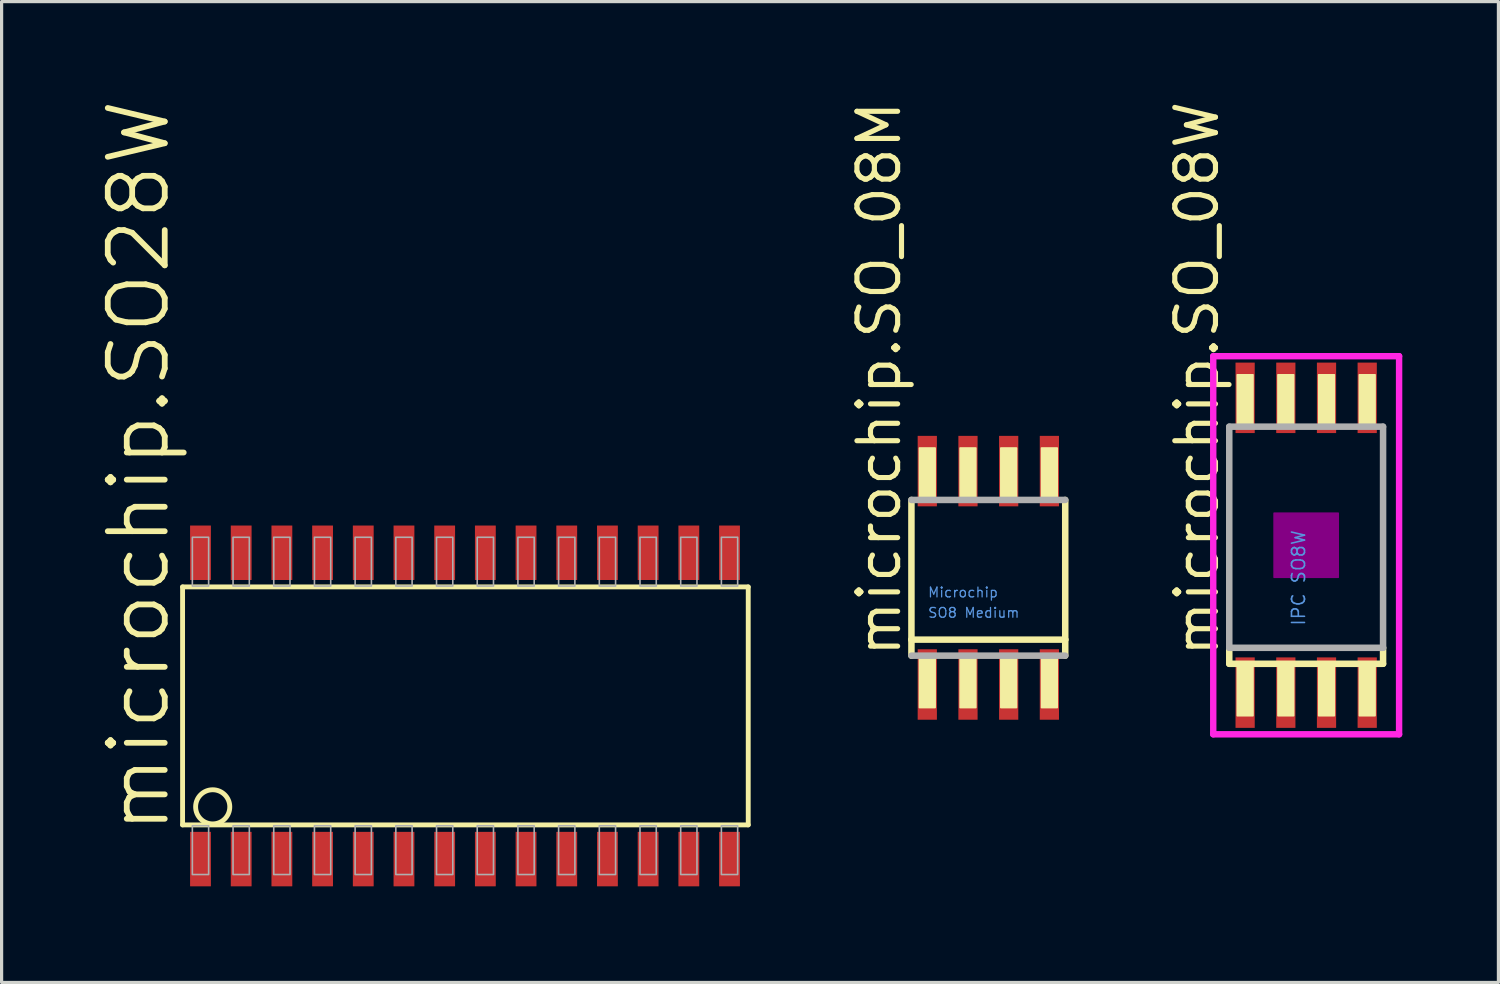
<source format=kicad_pcb>
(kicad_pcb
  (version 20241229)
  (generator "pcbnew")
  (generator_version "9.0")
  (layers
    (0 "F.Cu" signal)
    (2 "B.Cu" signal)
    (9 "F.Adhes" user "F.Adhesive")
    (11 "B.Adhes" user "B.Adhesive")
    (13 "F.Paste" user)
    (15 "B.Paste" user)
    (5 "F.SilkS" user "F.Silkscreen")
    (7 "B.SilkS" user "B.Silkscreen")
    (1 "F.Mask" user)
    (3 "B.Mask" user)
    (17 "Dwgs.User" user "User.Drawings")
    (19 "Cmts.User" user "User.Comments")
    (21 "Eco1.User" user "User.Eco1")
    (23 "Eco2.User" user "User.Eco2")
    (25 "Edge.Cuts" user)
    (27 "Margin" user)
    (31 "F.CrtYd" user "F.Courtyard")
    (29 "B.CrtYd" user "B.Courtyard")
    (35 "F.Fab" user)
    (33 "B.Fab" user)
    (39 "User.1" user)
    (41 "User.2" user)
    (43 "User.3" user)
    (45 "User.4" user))
  (footprint "microchip.SO_08W"
    (layer "F.Cu")
    (at 37.713 13.966)
    (property "Reference" "microchip.SO_08W" (at -2.667 3.556 90) (layer "F.SilkS") (effects (font (size 1.27 1.27) (thickness 0.16)) (justify left bottom)))
    (attr smd)
    (fp_line (start -2.4 3.7) (end -2.4 3.2) (stroke (width 0.203) (type default)) (layer "F.SilkS"))
    (fp_line (start 2.4 3.2) (end 2.4 3.7) (stroke (width 0.203) (type default)) (layer "F.SilkS"))
    (fp_line (start 2.4 3.7) (end -2.4 3.7) (stroke (width 0.203) (type default)) (layer "F.SilkS"))
    (fp_rect (start -2.15 -3.8) (end -1.66 -5.32) (stroke (width 0.05) (type default)) (fill yes) (layer "F.SilkS"))
    (fp_rect (start -2.15 5.32) (end -1.66 3.8) (stroke (width 0.05) (type default)) (fill yes) (layer "F.SilkS"))
    (fp_rect (start -0.88 -3.8) (end -0.39 -5.32) (stroke (width 0.05) (type default)) (fill yes) (layer "F.SilkS"))
    (fp_rect (start -0.88 5.32) (end -0.39 3.8) (stroke (width 0.05) (type default)) (fill yes) (layer "F.SilkS"))
    (fp_rect (start 0.39 -3.8) (end 0.88 -5.32) (stroke (width 0.05) (type default)) (fill yes) (layer "F.SilkS"))
    (fp_rect (start 0.39 5.32) (end 0.88 3.8) (stroke (width 0.05) (type default)) (fill yes) (layer "F.SilkS"))
    (fp_rect (start 1.66 -3.8) (end 2.15 -5.32) (stroke (width 0.05) (type default)) (fill yes) (layer "F.SilkS"))
    (fp_rect (start 1.66 5.32) (end 2.15 3.8) (stroke (width 0.05) (type default)) (fill yes) (layer "F.SilkS"))
    (fp_rect (start -1 1) (end 1 -1) (stroke (width 0.05) (type default)) (fill yes) (layer "F.Adhes"))
    (fp_line (start -2.9 -5.9) (end 2.9 -5.9) (stroke (width 0.2) (type default)) (layer "F.CrtYd"))
    (fp_line (start -2.9 5.9) (end -2.9 -5.9) (stroke (width 0.2) (type default)) (layer "F.CrtYd"))
    (fp_line (start 2.9 -5.9) (end 2.9 5.9) (stroke (width 0.2) (type default)) (layer "F.CrtYd"))
    (fp_line (start 2.9 5.9) (end -2.9 5.9) (stroke (width 0.2) (type default)) (layer "F.CrtYd"))
    (fp_line (start -2.4 -3.7) (end 2.4 -3.7) (stroke (width 0.203) (type default)) (layer "F.Fab"))
    (fp_line (start -2.4 3.2) (end -2.4 -3.7) (stroke (width 0.203) (type default)) (layer "F.Fab"))
    (fp_line (start 2.4 -3.7) (end 2.4 3.2) (stroke (width 0.203) (type default)) (layer "F.Fab"))
    (fp_line (start 2.4 3.2) (end -2.4 3.2) (stroke (width 0.203) (type default)) (layer "F.Fab"))
    (fp_text user "IPC SO8W" (at 0 2.54 90) (layer "Cmts.User") (effects (font (size 0.406 0.406) (thickness 0.05)) (justify left bottom)))
    (pad "1" smd roundrect (at -1.905 4.6) (size 0.6 2.2) (layers "F.Cu" "F.Mask" "F.Paste") (roundrect_rratio 0.01))
    (pad "2" smd roundrect (at -0.635 4.6) (size 0.6 2.2) (layers "F.Cu" "F.Mask" "F.Paste") (roundrect_rratio 0.01))
    (pad "3" smd roundrect (at 0.635 4.6) (size 0.6 2.2) (layers "F.Cu" "F.Mask" "F.Paste") (roundrect_rratio 0.01))
    (pad "4" smd roundrect (at 1.905 4.6) (size 0.6 2.2) (layers "F.Cu" "F.Mask" "F.Paste") (roundrect_rratio 0.01))
    (pad "5" smd roundrect (at 1.905 -4.6) (size 0.6 2.2) (layers "F.Cu" "F.Mask" "F.Paste") (roundrect_rratio 0.01))
    (pad "6" smd roundrect (at 0.635 -4.6) (size 0.6 2.2) (layers "F.Cu" "F.Mask" "F.Paste") (roundrect_rratio 0.01))
    (pad "7" smd roundrect (at -0.635 -4.6) (size 0.6 2.2) (layers "F.Cu" "F.Mask" "F.Paste") (roundrect_rratio 0.01))
    (pad "8" smd roundrect (at -1.905 -4.6) (size 0.6 2.2) (layers "F.Cu" "F.Mask" "F.Paste") (roundrect_rratio 0.01)))
  (footprint "microchip.SO28W"
    (layer "F.Cu")
    (at 10.827 18.98)
    (property "Reference" "microchip.SO28W" (at -8.509 4.064 90) (layer "F.SilkS") (effects (font (size 1.778 1.778) (thickness 0.18)) (justify left bottom)))
    (attr smd)
    (fp_line (start -8.179 -3.713) (end -8.179 3.713) (stroke (width 0.152) (type default)) (layer "F.SilkS"))
    (fp_line (start -8.179 3.713) (end 9.474 3.713) (stroke (width 0.152) (type default)) (layer "F.SilkS"))
    (fp_line (start 9.474 -3.713) (end -8.179 -3.713) (stroke (width 0.152) (type default)) (layer "F.SilkS"))
    (fp_line (start 9.474 3.713) (end 9.474 -3.713) (stroke (width 0.152) (type default)) (layer "F.SilkS"))
    (fp_circle (center -7.239 3.15) (end -6.706 3.15) (stroke (width 0.152) (type default)) (fill no) (layer "F.SilkS"))
    (fp_rect (start -7.874 -3.739) (end -7.366 -5.263) (stroke (width 0.05) (type default)) (fill no) (layer "F.Fab"))
    (fp_rect (start -7.874 5.263) (end -7.366 3.739) (stroke (width 0.05) (type default)) (fill no) (layer "F.Fab"))
    (fp_rect (start -6.604 -3.739) (end -6.096 -5.263) (stroke (width 0.05) (type default)) (fill no) (layer "F.Fab"))
    (fp_rect (start -6.604 5.263) (end -6.096 3.739) (stroke (width 0.05) (type default)) (fill no) (layer "F.Fab"))
    (fp_rect (start -5.334 -3.739) (end -4.826 -5.263) (stroke (width 0.05) (type default)) (fill no) (layer "F.Fab"))
    (fp_rect (start -5.334 5.263) (end -4.826 3.739) (stroke (width 0.05) (type default)) (fill no) (layer "F.Fab"))
    (fp_rect (start -4.064 -3.739) (end -3.556 -5.263) (stroke (width 0.05) (type default)) (fill no) (layer "F.Fab"))
    (fp_rect (start -4.064 5.263) (end -3.556 3.739) (stroke (width 0.05) (type default)) (fill no) (layer "F.Fab"))
    (fp_rect (start -2.794 -3.739) (end -2.286 -5.263) (stroke (width 0.05) (type default)) (fill no) (layer "F.Fab"))
    (fp_rect (start -2.794 5.263) (end -2.286 3.739) (stroke (width 0.05) (type default)) (fill no) (layer "F.Fab"))
    (fp_rect (start -1.524 -3.739) (end -1.016 -5.263) (stroke (width 0.05) (type default)) (fill no) (layer "F.Fab"))
    (fp_rect (start -1.524 5.263) (end -1.016 3.739) (stroke (width 0.05) (type default)) (fill no) (layer "F.Fab"))
    (fp_rect (start -0.254 -3.739) (end 0.254 -5.263) (stroke (width 0.05) (type default)) (fill no) (layer "F.Fab"))
    (fp_rect (start -0.254 5.263) (end 0.254 3.739) (stroke (width 0.05) (type default)) (fill no) (layer "F.Fab"))
    (fp_rect (start 1.016 -3.739) (end 1.524 -5.263) (stroke (width 0.05) (type default)) (fill no) (layer "F.Fab"))
    (fp_rect (start 1.016 5.263) (end 1.524 3.739) (stroke (width 0.05) (type default)) (fill no) (layer "F.Fab"))
    (fp_rect (start 2.286 -3.739) (end 2.794 -5.263) (stroke (width 0.05) (type default)) (fill no) (layer "F.Fab"))
    (fp_rect (start 2.286 5.263) (end 2.794 3.739) (stroke (width 0.05) (type default)) (fill no) (layer "F.Fab"))
    (fp_rect (start 3.556 -3.739) (end 4.064 -5.263) (stroke (width 0.05) (type default)) (fill no) (layer "F.Fab"))
    (fp_rect (start 3.556 5.263) (end 4.064 3.739) (stroke (width 0.05) (type default)) (fill no) (layer "F.Fab"))
    (fp_rect (start 4.826 -3.739) (end 5.334 -5.263) (stroke (width 0.05) (type default)) (fill no) (layer "F.Fab"))
    (fp_rect (start 4.826 5.263) (end 5.334 3.739) (stroke (width 0.05) (type default)) (fill no) (layer "F.Fab"))
    (fp_rect (start 6.096 -3.739) (end 6.604 -5.263) (stroke (width 0.05) (type default)) (fill no) (layer "F.Fab"))
    (fp_rect (start 6.096 5.263) (end 6.604 3.739) (stroke (width 0.05) (type default)) (fill no) (layer "F.Fab"))
    (fp_rect (start 7.366 -3.739) (end 7.874 -5.263) (stroke (width 0.05) (type default)) (fill no) (layer "F.Fab"))
    (fp_rect (start 7.366 5.263) (end 7.874 3.739) (stroke (width 0.05) (type default)) (fill no) (layer "F.Fab"))
    (fp_rect (start 8.636 -3.739) (end 9.144 -5.263) (stroke (width 0.05) (type default)) (fill no) (layer "F.Fab"))
    (fp_rect (start 8.636 5.263) (end 9.144 3.739) (stroke (width 0.05) (type default)) (fill no) (layer "F.Fab"))
    (pad "1" smd roundrect (at -7.62 4.78) (size 0.65 1.7) (layers "F.Cu" "F.Mask" "F.Paste") (roundrect_rratio 0.01))
    (pad "2" smd roundrect (at -6.35 4.78) (size 0.65 1.7) (layers "F.Cu" "F.Mask" "F.Paste") (roundrect_rratio 0.01))
    (pad "3" smd roundrect (at -5.08 4.78) (size 0.65 1.7) (layers "F.Cu" "F.Mask" "F.Paste") (roundrect_rratio 0.01))
    (pad "4" smd roundrect (at -3.81 4.78) (size 0.65 1.7) (layers "F.Cu" "F.Mask" "F.Paste") (roundrect_rratio 0.01))
    (pad "5" smd roundrect (at -2.54 4.78) (size 0.65 1.7) (layers "F.Cu" "F.Mask" "F.Paste") (roundrect_rratio 0.01))
    (pad "6" smd roundrect (at -1.27 4.78) (size 0.65 1.7) (layers "F.Cu" "F.Mask" "F.Paste") (roundrect_rratio 0.01))
    (pad "7" smd roundrect (at 0 4.78) (size 0.65 1.7) (layers "F.Cu" "F.Mask" "F.Paste") (roundrect_rratio 0.01))
    (pad "8" smd roundrect (at 1.27 4.78) (size 0.65 1.7) (layers "F.Cu" "F.Mask" "F.Paste") (roundrect_rratio 0.01))
    (pad "9" smd roundrect (at 2.54 4.78) (size 0.65 1.7) (layers "F.Cu" "F.Mask" "F.Paste") (roundrect_rratio 0.01))
    (pad "10" smd roundrect (at 3.81 4.78) (size 0.65 1.7) (layers "F.Cu" "F.Mask" "F.Paste") (roundrect_rratio 0.01))
    (pad "11" smd roundrect (at 5.08 4.78) (size 0.65 1.7) (layers "F.Cu" "F.Mask" "F.Paste") (roundrect_rratio 0.01))
    (pad "12" smd roundrect (at 6.35 4.78) (size 0.65 1.7) (layers "F.Cu" "F.Mask" "F.Paste") (roundrect_rratio 0.01))
    (pad "13" smd roundrect (at 7.62 4.78) (size 0.65 1.7) (layers "F.Cu" "F.Mask" "F.Paste") (roundrect_rratio 0.01))
    (pad "14" smd roundrect (at 8.89 4.78) (size 0.65 1.7) (layers "F.Cu" "F.Mask" "F.Paste") (roundrect_rratio 0.01))
    (pad "15" smd roundrect (at 8.89 -4.78) (size 0.65 1.7) (layers "F.Cu" "F.Mask" "F.Paste") (roundrect_rratio 0.01))
    (pad "16" smd roundrect (at 7.62 -4.78) (size 0.65 1.7) (layers "F.Cu" "F.Mask" "F.Paste") (roundrect_rratio 0.01))
    (pad "17" smd roundrect (at 6.35 -4.78) (size 0.65 1.7) (layers "F.Cu" "F.Mask" "F.Paste") (roundrect_rratio 0.01))
    (pad "18" smd roundrect (at 5.08 -4.78) (size 0.65 1.7) (layers "F.Cu" "F.Mask" "F.Paste") (roundrect_rratio 0.01))
    (pad "19" smd roundrect (at 3.81 -4.78) (size 0.65 1.7) (layers "F.Cu" "F.Mask" "F.Paste") (roundrect_rratio 0.01))
    (pad "20" smd roundrect (at 2.54 -4.78) (size 0.65 1.7) (layers "F.Cu" "F.Mask" "F.Paste") (roundrect_rratio 0.01))
    (pad "21" smd roundrect (at 1.27 -4.78) (size 0.65 1.7) (layers "F.Cu" "F.Mask" "F.Paste") (roundrect_rratio 0.01))
    (pad "22" smd roundrect (at 0 -4.78) (size 0.65 1.7) (layers "F.Cu" "F.Mask" "F.Paste") (roundrect_rratio 0.01))
    (pad "23" smd roundrect (at -1.27 -4.78) (size 0.65 1.7) (layers "F.Cu" "F.Mask" "F.Paste") (roundrect_rratio 0.01))
    (pad "24" smd roundrect (at -2.54 -4.78) (size 0.65 1.7) (layers "F.Cu" "F.Mask" "F.Paste") (roundrect_rratio 0.01))
    (pad "25" smd roundrect (at -3.81 -4.78) (size 0.65 1.7) (layers "F.Cu" "F.Mask" "F.Paste") (roundrect_rratio 0.01))
    (pad "26" smd roundrect (at -5.08 -4.78) (size 0.65 1.7) (layers "F.Cu" "F.Mask" "F.Paste") (roundrect_rratio 0.01))
    (pad "27" smd roundrect (at -6.35 -4.78) (size 0.65 1.7) (layers "F.Cu" "F.Mask" "F.Paste") (roundrect_rratio 0.01))
    (pad "28" smd roundrect (at -7.62 -4.78) (size 0.65 1.7) (layers "F.Cu" "F.Mask" "F.Paste") (roundrect_rratio 0.01)))
  (footprint "microchip.SO_08M"
    (layer "F.Cu")
    (at 27.794 14.982)
    (property "Reference" "microchip.SO_08M" (at -2.667 2.54 90) (layer "F.SilkS") (effects (font (size 1.27 1.27) (thickness 0.16)) (justify left bottom)))
    (attr smd)
    (fp_line (start -2.4 1.93) (end -2.4 -2.43) (stroke (width 0.203) (type default)) (layer "F.SilkS"))
    (fp_line (start -2.4 2.43) (end -2.4 1.93) (stroke (width 0.203) (type default)) (layer "F.SilkS"))
    (fp_line (start 2.4 -2.43) (end 2.4 1.93) (stroke (width 0.203) (type default)) (layer "F.SilkS"))
    (fp_line (start 2.4 1.93) (end -2.4 1.93) (stroke (width 0.203) (type default)) (layer "F.SilkS"))
    (fp_line (start 2.4 1.93) (end 2.4 2.43) (stroke (width 0.203) (type default)) (layer "F.SilkS"))
    (fp_rect (start -2.15 -2.53) (end -1.66 -4.05) (stroke (width 0.05) (type default)) (fill yes) (layer "F.SilkS"))
    (fp_rect (start -2.15 4.05) (end -1.66 2.53) (stroke (width 0.05) (type default)) (fill yes) (layer "F.SilkS"))
    (fp_rect (start -0.88 -2.53) (end -0.39 -4.05) (stroke (width 0.05) (type default)) (fill yes) (layer "F.SilkS"))
    (fp_rect (start -0.88 4.05) (end -0.39 2.53) (stroke (width 0.05) (type default)) (fill yes) (layer "F.SilkS"))
    (fp_rect (start 0.39 -2.53) (end 0.88 -4.05) (stroke (width 0.05) (type default)) (fill yes) (layer "F.SilkS"))
    (fp_rect (start 0.39 4.05) (end 0.88 2.53) (stroke (width 0.05) (type default)) (fill yes) (layer "F.SilkS"))
    (fp_rect (start 1.66 -2.53) (end 2.15 -4.05) (stroke (width 0.05) (type default)) (fill yes) (layer "F.SilkS"))
    (fp_rect (start 1.66 4.05) (end 2.15 2.53) (stroke (width 0.05) (type default)) (fill yes) (layer "F.SilkS"))
    (fp_line (start -2.4 -2.43) (end 2.4 -2.43) (stroke (width 0.203) (type default)) (layer "F.Fab"))
    (fp_line (start 2.4 2.43) (end -2.4 2.43) (stroke (width 0.203) (type default)) (layer "F.Fab"))
    (fp_text user "SO8 Medium" (at -1.905 1.27 0) (layer "Cmts.User") (effects (font (size 0.305 0.305) (thickness 0.04)) (justify left bottom)))
    (fp_text user "Microchip" (at -1.905 0.635 0) (layer "Cmts.User") (effects (font (size 0.305 0.305) (thickness 0.04)) (justify left bottom)))
    (pad "1" smd roundrect (at -1.905 3.33) (size 0.6 2.2) (layers "F.Cu" "F.Mask" "F.Paste") (roundrect_rratio 0.01))
    (pad "2" smd roundrect (at -0.635 3.33) (size 0.6 2.2) (layers "F.Cu" "F.Mask" "F.Paste") (roundrect_rratio 0.01))
    (pad "3" smd roundrect (at 0.635 3.33) (size 0.6 2.2) (layers "F.Cu" "F.Mask" "F.Paste") (roundrect_rratio 0.01))
    (pad "4" smd roundrect (at 1.905 3.33) (size 0.6 2.2) (layers "F.Cu" "F.Mask" "F.Paste") (roundrect_rratio 0.01))
    (pad "5" smd roundrect (at 1.905 -3.33) (size 0.6 2.2) (layers "F.Cu" "F.Mask" "F.Paste") (roundrect_rratio 0.01))
    (pad "6" smd roundrect (at 0.635 -3.33) (size 0.6 2.2) (layers "F.Cu" "F.Mask" "F.Paste") (roundrect_rratio 0.01))
    (pad "7" smd roundrect (at -0.635 -3.33) (size 0.6 2.2) (layers "F.Cu" "F.Mask" "F.Paste") (roundrect_rratio 0.01))
    (pad "8" smd roundrect (at -1.905 -3.33) (size 0.6 2.2) (layers "F.Cu" "F.Mask" "F.Paste") (roundrect_rratio 0.01)))
  (gr_rect
    (start -3 -3)
    (end 43.713 27.61)
    (stroke (width 0.1) (type default))
    (fill no)
    (layer "Edge.Cuts")))
</source>
